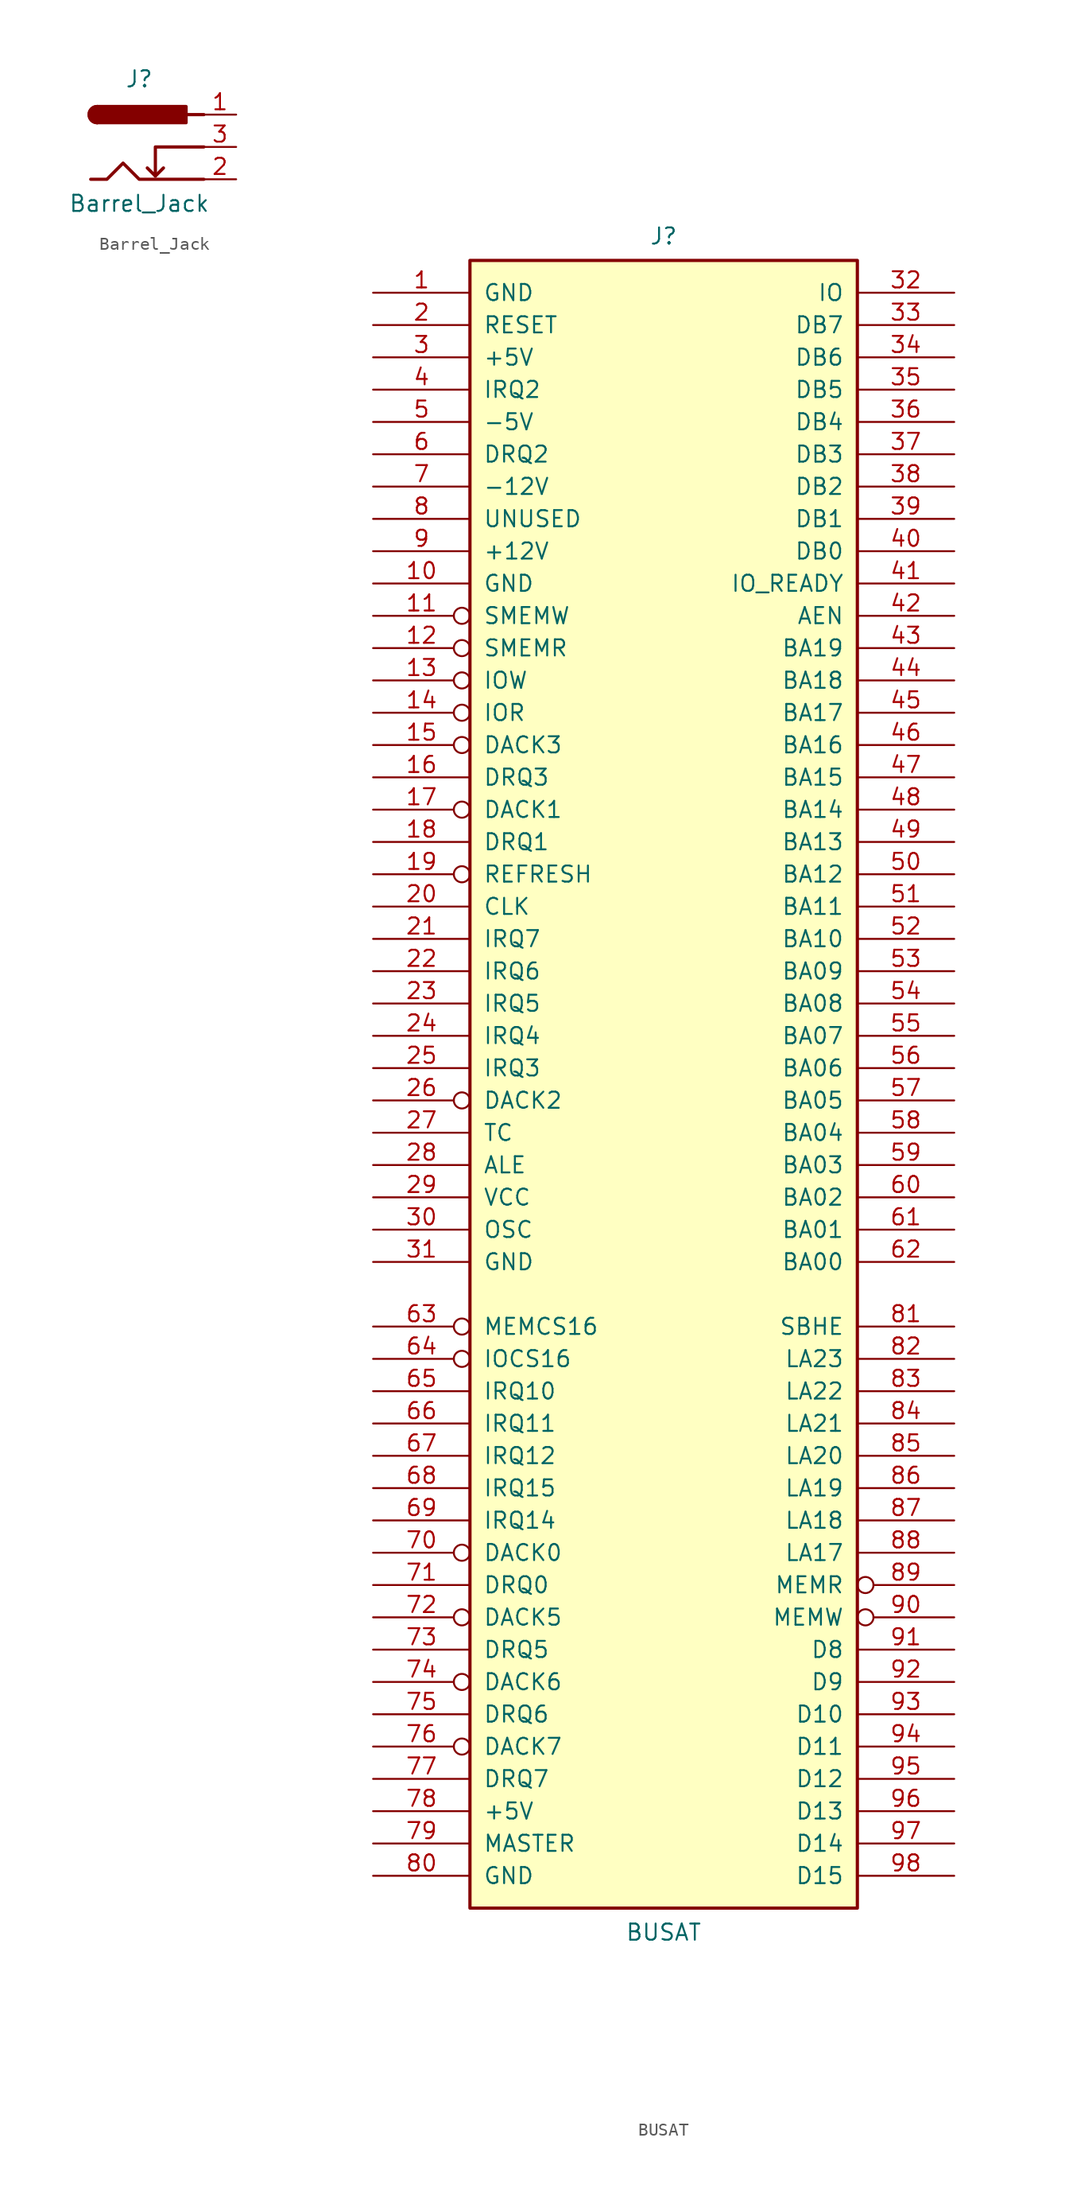
<source format=kicad_sym>
(kicad_symbol_lib
  (version 20211014)
  (generator kicad_symbol_editor)
  (symbol "Barrel_Jack"
    (pin_names
      (offset 1.016))
    (property "Reference" "J"
      (at 0 5.334 0)
      (effects (font (size 1.27 1.27))))
    (property "Value" "Barrel_Jack"
      (at 0 -4.445 0)
      (effects (font (size 1.27 1.27))))
    (symbol "Barrel_Jack_0_1"
      (arc (start -3.302 3.175) (mid -3.937 2.54) (end -3.302 1.905) (stroke (width 0.254) (type default) (color 0 0 0 0)) (fill (type none)))
      (arc (start -3.302 3.175) (mid -3.937 2.54) (end -3.302 1.905) (stroke (width 0.254) (type default) (color 0 0 0 0)) (fill (type outline)))
      (polyline (pts (xy 1.27 -2.286) (xy 1.905 -1.651)) (stroke (width 0.254) (type default) (color 0 0 0 0)) (fill (type none)))
      (polyline (pts (xy 5.08 2.54) (xy 3.81 2.54)) (stroke (width 0.254) (type default) (color 0 0 0 0)) (fill (type none)))
      (polyline (pts (xy 5.08 0) (xy 1.27 0) (xy 1.27 -2.286) (xy 0.635 -1.651)) (stroke (width 0.254) (type default) (color 0 0 0 0)) (fill (type none)))
      (polyline (pts (xy -3.81 -2.54) (xy -2.54 -2.54) (xy -1.27 -1.27) (xy 0 -2.54) (xy 2.54 -2.54) (xy 5.08 -2.54)) (stroke (width 0.254) (type default) (color 0 0 0 0)) (fill (type none)))
      (rectangle (start 3.683 3.175) (end -3.302 1.905) (stroke (width 0.254) (type default) (color 0 0 0 0)) (fill (type outline))))
    (symbol "Barrel_Jack_1_1"
      (pin passive line (at 7.62 2.54 180) (length 2.54) (name "~" (effects (font (size 1.27 1.27)))) (number "1" (effects (font (size 1.27 1.27)))))
      (pin passive line (at 7.62 -2.54 180) (length 2.54) (name "~" (effects (font (size 1.27 1.27)))) (number "2" (effects (font (size 1.27 1.27)))))
      (pin passive line (at 7.62 0 180) (length 2.54) (name "~" (effects (font (size 1.27 1.27)))) (number "3" (effects (font (size 1.27 1.27)))))))
  (symbol "BUSAT"
    (pin_names
      (offset 1.016))
    (property "Reference" "J"
      (at 0 67.945 0)
      (effects (font (size 1.27 1.27))))
    (property "Value" "BUSAT"
      (at 0 -65.405 0)
      (effects (font (size 1.27 1.27))))
    (symbol "BUSAT_0_1"
      (rectangle (start -15.24 -63.5) (end 15.24 66.04) (stroke (width 0.254) (type default) (color 0 0 0 0)) (fill (type background))))
    (symbol "BUSAT_1_1"
      (pin passive line (at -22.86 63.5 0) (length 7.62) (name "GND" (effects (font (size 1.27 1.27)))) (number "1" (effects (font (size 1.27 1.27)))))
      (pin passive line (at -22.86 40.64 0) (length 7.62) (name "GND" (effects (font (size 1.27 1.27)))) (number "10" (effects (font (size 1.27 1.27)))))
      (pin output inverted (at -22.86 38.1 0) (length 7.62) (name "SMEMW" (effects (font (size 1.27 1.27)))) (number "11" (effects (font (size 1.27 1.27)))))
      (pin output inverted (at -22.86 35.56 0) (length 7.62) (name "SMEMR" (effects (font (size 1.27 1.27)))) (number "12" (effects (font (size 1.27 1.27)))))
      (pin output inverted (at -22.86 33.02 0) (length 7.62) (name "IOW" (effects (font (size 1.27 1.27)))) (number "13" (effects (font (size 1.27 1.27)))))
      (pin output inverted (at -22.86 30.48 0) (length 7.62) (name "IOR" (effects (font (size 1.27 1.27)))) (number "14" (effects (font (size 1.27 1.27)))))
      (pin passive inverted (at -22.86 27.94 0) (length 7.62) (name "DACK3" (effects (font (size 1.27 1.27)))) (number "15" (effects (font (size 1.27 1.27)))))
      (pin passive line (at -22.86 25.4 0) (length 7.62) (name "DRQ3" (effects (font (size 1.27 1.27)))) (number "16" (effects (font (size 1.27 1.27)))))
      (pin passive inverted (at -22.86 22.86 0) (length 7.62) (name "DACK1" (effects (font (size 1.27 1.27)))) (number "17" (effects (font (size 1.27 1.27)))))
      (pin passive line (at -22.86 20.32 0) (length 7.62) (name "DRQ1" (effects (font (size 1.27 1.27)))) (number "18" (effects (font (size 1.27 1.27)))))
      (pin passive inverted (at -22.86 17.78 0) (length 7.62) (name "REFRESH" (effects (font (size 1.27 1.27)))) (number "19" (effects (font (size 1.27 1.27)))))
      (pin output line (at -22.86 60.96 0) (length 7.62) (name "RESET" (effects (font (size 1.27 1.27)))) (number "2" (effects (font (size 1.27 1.27)))))
      (pin output line (at -22.86 15.24 0) (length 7.62) (name "CLK" (effects (font (size 1.27 1.27)))) (number "20" (effects (font (size 1.27 1.27)))))
      (pin passive line (at -22.86 12.7 0) (length 7.62) (name "IRQ7" (effects (font (size 1.27 1.27)))) (number "21" (effects (font (size 1.27 1.27)))))
      (pin passive line (at -22.86 10.16 0) (length 7.62) (name "IRQ6" (effects (font (size 1.27 1.27)))) (number "22" (effects (font (size 1.27 1.27)))))
      (pin passive line (at -22.86 7.62 0) (length 7.62) (name "IRQ5" (effects (font (size 1.27 1.27)))) (number "23" (effects (font (size 1.27 1.27)))))
      (pin passive line (at -22.86 5.08 0) (length 7.62) (name "IRQ4" (effects (font (size 1.27 1.27)))) (number "24" (effects (font (size 1.27 1.27)))))
      (pin passive line (at -22.86 2.54 0) (length 7.62) (name "IRQ3" (effects (font (size 1.27 1.27)))) (number "25" (effects (font (size 1.27 1.27)))))
      (pin passive inverted (at -22.86 0 0) (length 7.62) (name "DACK2" (effects (font (size 1.27 1.27)))) (number "26" (effects (font (size 1.27 1.27)))))
      (pin passive line (at -22.86 -2.54 0) (length 7.62) (name "TC" (effects (font (size 1.27 1.27)))) (number "27" (effects (font (size 1.27 1.27)))))
      (pin output line (at -22.86 -5.08 0) (length 7.62) (name "ALE" (effects (font (size 1.27 1.27)))) (number "28" (effects (font (size 1.27 1.27)))))
      (pin passive line (at -22.86 -7.62 0) (length 7.62) (name "VCC" (effects (font (size 1.27 1.27)))) (number "29" (effects (font (size 1.27 1.27)))))
      (pin passive line (at -22.86 58.42 0) (length 7.62) (name "+5V" (effects (font (size 1.27 1.27)))) (number "3" (effects (font (size 1.27 1.27)))))
      (pin output line (at -22.86 -10.16 0) (length 7.62) (name "OSC" (effects (font (size 1.27 1.27)))) (number "30" (effects (font (size 1.27 1.27)))))
      (pin passive line (at -22.86 -12.7 0) (length 7.62) (name "GND" (effects (font (size 1.27 1.27)))) (number "31" (effects (font (size 1.27 1.27)))))
      (pin passive line (at 22.86 63.5 180) (length 7.62) (name "IO" (effects (font (size 1.27 1.27)))) (number "32" (effects (font (size 1.27 1.27)))))
      (pin tri_state line (at 22.86 60.96 180) (length 7.62) (name "DB7" (effects (font (size 1.27 1.27)))) (number "33" (effects (font (size 1.27 1.27)))))
      (pin tri_state line (at 22.86 58.42 180) (length 7.62) (name "DB6" (effects (font (size 1.27 1.27)))) (number "34" (effects (font (size 1.27 1.27)))))
      (pin tri_state line (at 22.86 55.88 180) (length 7.62) (name "DB5" (effects (font (size 1.27 1.27)))) (number "35" (effects (font (size 1.27 1.27)))))
      (pin tri_state line (at 22.86 53.34 180) (length 7.62) (name "DB4" (effects (font (size 1.27 1.27)))) (number "36" (effects (font (size 1.27 1.27)))))
      (pin tri_state line (at 22.86 50.8 180) (length 7.62) (name "DB3" (effects (font (size 1.27 1.27)))) (number "37" (effects (font (size 1.27 1.27)))))
      (pin tri_state line (at 22.86 48.26 180) (length 7.62) (name "DB2" (effects (font (size 1.27 1.27)))) (number "38" (effects (font (size 1.27 1.27)))))
      (pin tri_state line (at 22.86 45.72 180) (length 7.62) (name "DB1" (effects (font (size 1.27 1.27)))) (number "39" (effects (font (size 1.27 1.27)))))
      (pin passive line (at -22.86 55.88 0) (length 7.62) (name "IRQ2" (effects (font (size 1.27 1.27)))) (number "4" (effects (font (size 1.27 1.27)))))
      (pin tri_state line (at 22.86 43.18 180) (length 7.62) (name "DB0" (effects (font (size 1.27 1.27)))) (number "40" (effects (font (size 1.27 1.27)))))
      (pin passive line (at 22.86 40.64 180) (length 7.62) (name "IO_READY" (effects (font (size 1.27 1.27)))) (number "41" (effects (font (size 1.27 1.27)))))
      (pin output line (at 22.86 38.1 180) (length 7.62) (name "AEN" (effects (font (size 1.27 1.27)))) (number "42" (effects (font (size 1.27 1.27)))))
      (pin tri_state line (at 22.86 35.56 180) (length 7.62) (name "BA19" (effects (font (size 1.27 1.27)))) (number "43" (effects (font (size 1.27 1.27)))))
      (pin tri_state line (at 22.86 33.02 180) (length 7.62) (name "BA18" (effects (font (size 1.27 1.27)))) (number "44" (effects (font (size 1.27 1.27)))))
      (pin tri_state line (at 22.86 30.48 180) (length 7.62) (name "BA17" (effects (font (size 1.27 1.27)))) (number "45" (effects (font (size 1.27 1.27)))))
      (pin tri_state line (at 22.86 27.94 180) (length 7.62) (name "BA16" (effects (font (size 1.27 1.27)))) (number "46" (effects (font (size 1.27 1.27)))))
      (pin tri_state line (at 22.86 25.4 180) (length 7.62) (name "BA15" (effects (font (size 1.27 1.27)))) (number "47" (effects (font (size 1.27 1.27)))))
      (pin tri_state line (at 22.86 22.86 180) (length 7.62) (name "BA14" (effects (font (size 1.27 1.27)))) (number "48" (effects (font (size 1.27 1.27)))))
      (pin tri_state line (at 22.86 20.32 180) (length 7.62) (name "BA13" (effects (font (size 1.27 1.27)))) (number "49" (effects (font (size 1.27 1.27)))))
      (pin passive line (at -22.86 53.34 0) (length 7.62) (name "-5V" (effects (font (size 1.27 1.27)))) (number "5" (effects (font (size 1.27 1.27)))))
      (pin tri_state line (at 22.86 17.78 180) (length 7.62) (name "BA12" (effects (font (size 1.27 1.27)))) (number "50" (effects (font (size 1.27 1.27)))))
      (pin tri_state line (at 22.86 15.24 180) (length 7.62) (name "BA11" (effects (font (size 1.27 1.27)))) (number "51" (effects (font (size 1.27 1.27)))))
      (pin tri_state line (at 22.86 12.7 180) (length 7.62) (name "BA10" (effects (font (size 1.27 1.27)))) (number "52" (effects (font (size 1.27 1.27)))))
      (pin tri_state line (at 22.86 10.16 180) (length 7.62) (name "BA09" (effects (font (size 1.27 1.27)))) (number "53" (effects (font (size 1.27 1.27)))))
      (pin tri_state line (at 22.86 7.62 180) (length 7.62) (name "BA08" (effects (font (size 1.27 1.27)))) (number "54" (effects (font (size 1.27 1.27)))))
      (pin tri_state line (at 22.86 5.08 180) (length 7.62) (name "BA07" (effects (font (size 1.27 1.27)))) (number "55" (effects (font (size 1.27 1.27)))))
      (pin tri_state line (at 22.86 2.54 180) (length 7.62) (name "BA06" (effects (font (size 1.27 1.27)))) (number "56" (effects (font (size 1.27 1.27)))))
      (pin tri_state line (at 22.86 0 180) (length 7.62) (name "BA05" (effects (font (size 1.27 1.27)))) (number "57" (effects (font (size 1.27 1.27)))))
      (pin tri_state line (at 22.86 -2.54 180) (length 7.62) (name "BA04" (effects (font (size 1.27 1.27)))) (number "58" (effects (font (size 1.27 1.27)))))
      (pin tri_state line (at 22.86 -5.08 180) (length 7.62) (name "BA03" (effects (font (size 1.27 1.27)))) (number "59" (effects (font (size 1.27 1.27)))))
      (pin passive line (at -22.86 50.8 0) (length 7.62) (name "DRQ2" (effects (font (size 1.27 1.27)))) (number "6" (effects (font (size 1.27 1.27)))))
      (pin tri_state line (at 22.86 -7.62 180) (length 7.62) (name "BA02" (effects (font (size 1.27 1.27)))) (number "60" (effects (font (size 1.27 1.27)))))
      (pin tri_state line (at 22.86 -10.16 180) (length 7.62) (name "BA01" (effects (font (size 1.27 1.27)))) (number "61" (effects (font (size 1.27 1.27)))))
      (pin tri_state line (at 22.86 -12.7 180) (length 7.62) (name "BA00" (effects (font (size 1.27 1.27)))) (number "62" (effects (font (size 1.27 1.27)))))
      (pin passive inverted (at -22.86 -17.78 0) (length 7.62) (name "MEMCS16" (effects (font (size 1.27 1.27)))) (number "63" (effects (font (size 1.27 1.27)))))
      (pin passive inverted (at -22.86 -20.32 0) (length 7.62) (name "IOCS16" (effects (font (size 1.27 1.27)))) (number "64" (effects (font (size 1.27 1.27)))))
      (pin passive line (at -22.86 -22.86 0) (length 7.62) (name "IRQ10" (effects (font (size 1.27 1.27)))) (number "65" (effects (font (size 1.27 1.27)))))
      (pin passive line (at -22.86 -25.4 0) (length 7.62) (name "IRQ11" (effects (font (size 1.27 1.27)))) (number "66" (effects (font (size 1.27 1.27)))))
      (pin passive line (at -22.86 -27.94 0) (length 7.62) (name "IRQ12" (effects (font (size 1.27 1.27)))) (number "67" (effects (font (size 1.27 1.27)))))
      (pin passive line (at -22.86 -30.48 0) (length 7.62) (name "IRQ15" (effects (font (size 1.27 1.27)))) (number "68" (effects (font (size 1.27 1.27)))))
      (pin passive line (at -22.86 -33.02 0) (length 7.62) (name "IRQ14" (effects (font (size 1.27 1.27)))) (number "69" (effects (font (size 1.27 1.27)))))
      (pin passive line (at -22.86 48.26 0) (length 7.62) (name "-12V" (effects (font (size 1.27 1.27)))) (number "7" (effects (font (size 1.27 1.27)))))
      (pin output inverted (at -22.86 -35.56 0) (length 7.62) (name "DACK0" (effects (font (size 1.27 1.27)))) (number "70" (effects (font (size 1.27 1.27)))))
      (pin passive line (at -22.86 -38.1 0) (length 7.62) (name "DRQ0" (effects (font (size 1.27 1.27)))) (number "71" (effects (font (size 1.27 1.27)))))
      (pin output inverted (at -22.86 -40.64 0) (length 7.62) (name "DACK5" (effects (font (size 1.27 1.27)))) (number "72" (effects (font (size 1.27 1.27)))))
      (pin passive line (at -22.86 -43.18 0) (length 7.62) (name "DRQ5" (effects (font (size 1.27 1.27)))) (number "73" (effects (font (size 1.27 1.27)))))
      (pin output inverted (at -22.86 -45.72 0) (length 7.62) (name "DACK6" (effects (font (size 1.27 1.27)))) (number "74" (effects (font (size 1.27 1.27)))))
      (pin passive line (at -22.86 -48.26 0) (length 7.62) (name "DRQ6" (effects (font (size 1.27 1.27)))) (number "75" (effects (font (size 1.27 1.27)))))
      (pin output inverted (at -22.86 -50.8 0) (length 7.62) (name "DACK7" (effects (font (size 1.27 1.27)))) (number "76" (effects (font (size 1.27 1.27)))))
      (pin passive line (at -22.86 -53.34 0) (length 7.62) (name "DRQ7" (effects (font (size 1.27 1.27)))) (number "77" (effects (font (size 1.27 1.27)))))
      (pin passive line (at -22.86 -55.88 0) (length 7.62) (name "+5V" (effects (font (size 1.27 1.27)))) (number "78" (effects (font (size 1.27 1.27)))))
      (pin passive line (at -22.86 -58.42 0) (length 7.62) (name "MASTER" (effects (font (size 1.27 1.27)))) (number "79" (effects (font (size 1.27 1.27)))))
      (pin passive line (at -22.86 45.72 0) (length 7.62) (name "UNUSED" (effects (font (size 1.27 1.27)))) (number "8" (effects (font (size 1.27 1.27)))))
      (pin passive line (at -22.86 -60.96 0) (length 7.62) (name "GND" (effects (font (size 1.27 1.27)))) (number "80" (effects (font (size 1.27 1.27)))))
      (pin passive line (at 22.86 -17.78 180) (length 7.62) (name "SBHE" (effects (font (size 1.27 1.27)))) (number "81" (effects (font (size 1.27 1.27)))))
      (pin passive line (at 22.86 -20.32 180) (length 7.62) (name "LA23" (effects (font (size 1.27 1.27)))) (number "82" (effects (font (size 1.27 1.27)))))
      (pin passive line (at 22.86 -22.86 180) (length 7.62) (name "LA22" (effects (font (size 1.27 1.27)))) (number "83" (effects (font (size 1.27 1.27)))))
      (pin passive line (at 22.86 -25.4 180) (length 7.62) (name "LA21" (effects (font (size 1.27 1.27)))) (number "84" (effects (font (size 1.27 1.27)))))
      (pin passive line (at 22.86 -27.94 180) (length 7.62) (name "LA20" (effects (font (size 1.27 1.27)))) (number "85" (effects (font (size 1.27 1.27)))))
      (pin passive line (at 22.86 -30.48 180) (length 7.62) (name "LA19" (effects (font (size 1.27 1.27)))) (number "86" (effects (font (size 1.27 1.27)))))
      (pin passive line (at 22.86 -33.02 180) (length 7.62) (name "LA18" (effects (font (size 1.27 1.27)))) (number "87" (effects (font (size 1.27 1.27)))))
      (pin passive line (at 22.86 -35.56 180) (length 7.62) (name "LA17" (effects (font (size 1.27 1.27)))) (number "88" (effects (font (size 1.27 1.27)))))
      (pin output inverted (at 22.86 -38.1 180) (length 7.62) (name "MEMR" (effects (font (size 1.27 1.27)))) (number "89" (effects (font (size 1.27 1.27)))))
      (pin passive line (at -22.86 43.18 0) (length 7.62) (name "+12V" (effects (font (size 1.27 1.27)))) (number "9" (effects (font (size 1.27 1.27)))))
      (pin output inverted (at 22.86 -40.64 180) (length 7.62) (name "MEMW" (effects (font (size 1.27 1.27)))) (number "90" (effects (font (size 1.27 1.27)))))
      (pin tri_state line (at 22.86 -43.18 180) (length 7.62) (name "D8" (effects (font (size 1.27 1.27)))) (number "91" (effects (font (size 1.27 1.27)))))
      (pin tri_state line (at 22.86 -45.72 180) (length 7.62) (name "D9" (effects (font (size 1.27 1.27)))) (number "92" (effects (font (size 1.27 1.27)))))
      (pin tri_state line (at 22.86 -48.26 180) (length 7.62) (name "D10" (effects (font (size 1.27 1.27)))) (number "93" (effects (font (size 1.27 1.27)))))
      (pin tri_state line (at 22.86 -50.8 180) (length 7.62) (name "D11" (effects (font (size 1.27 1.27)))) (number "94" (effects (font (size 1.27 1.27)))))
      (pin tri_state line (at 22.86 -53.34 180) (length 7.62) (name "D12" (effects (font (size 1.27 1.27)))) (number "95" (effects (font (size 1.27 1.27)))))
      (pin tri_state line (at 22.86 -55.88 180) (length 7.62) (name "D13" (effects (font (size 1.27 1.27)))) (number "96" (effects (font (size 1.27 1.27)))))
      (pin tri_state line (at 22.86 -58.42 180) (length 7.62) (name "D14" (effects (font (size 1.27 1.27)))) (number "97" (effects (font (size 1.27 1.27)))))
      (pin tri_state line (at 22.86 -60.96 180) (length 7.62) (name "D15" (effects (font (size 1.27 1.27)))) (number "98" (effects (font (size 1.27 1.27))))))))
</source>
